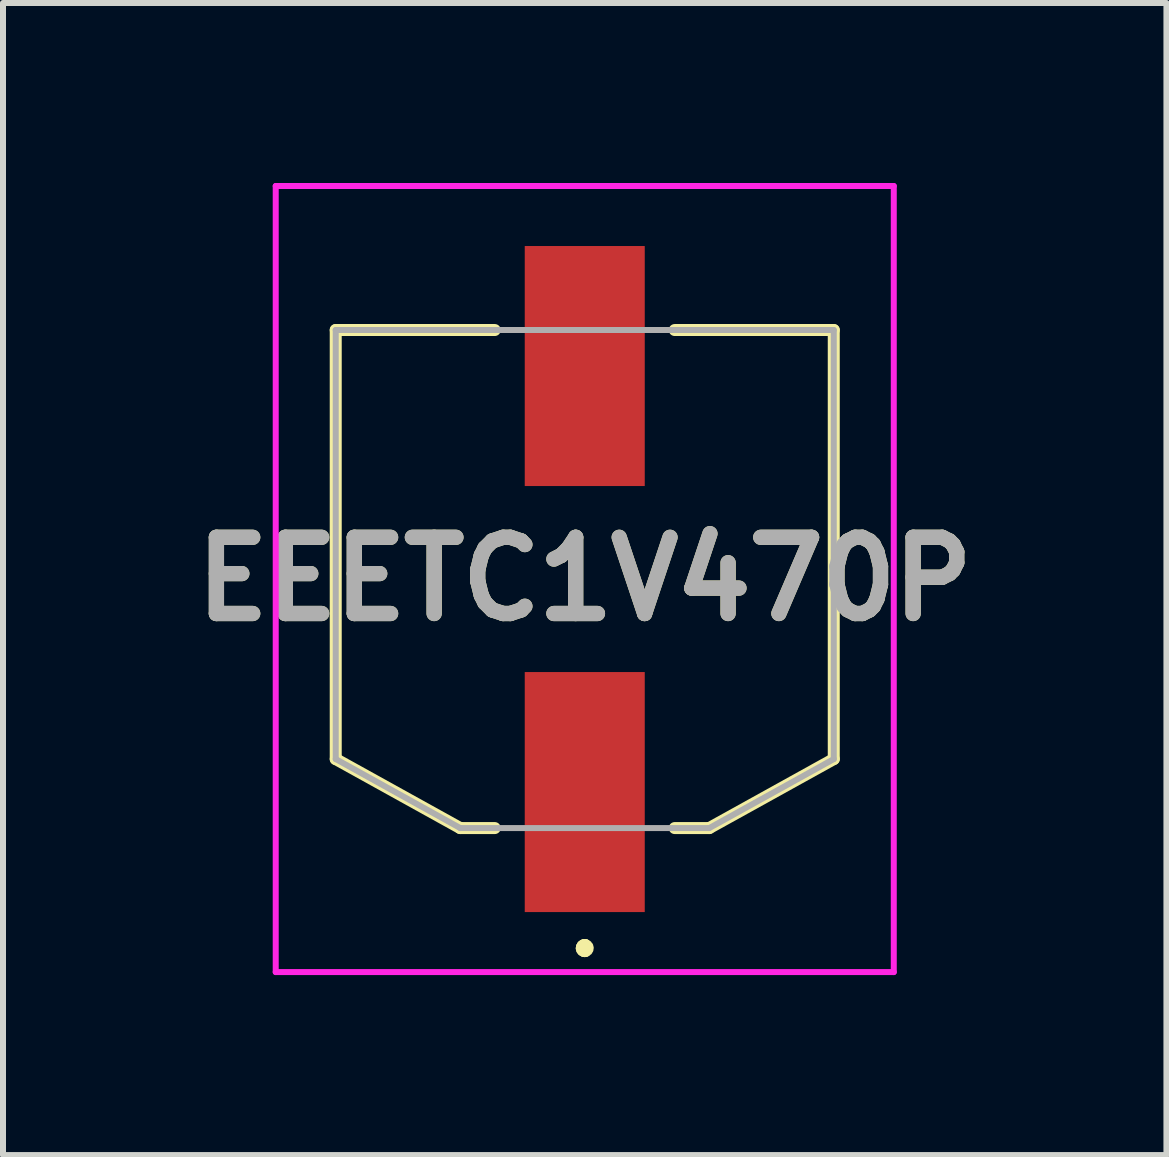
<source format=kicad_pcb>
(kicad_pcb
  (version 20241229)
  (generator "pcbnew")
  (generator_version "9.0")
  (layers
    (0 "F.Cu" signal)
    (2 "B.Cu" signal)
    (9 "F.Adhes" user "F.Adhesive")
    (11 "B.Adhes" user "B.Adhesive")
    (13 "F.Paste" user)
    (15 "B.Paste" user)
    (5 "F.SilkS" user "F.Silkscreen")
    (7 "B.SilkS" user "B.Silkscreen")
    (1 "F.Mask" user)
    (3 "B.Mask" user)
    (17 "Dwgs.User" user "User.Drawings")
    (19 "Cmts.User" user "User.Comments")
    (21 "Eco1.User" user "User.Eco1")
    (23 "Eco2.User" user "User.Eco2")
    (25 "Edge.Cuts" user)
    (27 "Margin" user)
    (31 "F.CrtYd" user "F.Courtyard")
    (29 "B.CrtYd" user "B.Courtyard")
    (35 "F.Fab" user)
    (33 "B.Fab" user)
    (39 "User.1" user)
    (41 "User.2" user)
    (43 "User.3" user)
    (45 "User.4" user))
  (footprint "EEETC1V470P"
    (layer "F.Cu")
    (at 6.695 6.6)
    (property "Reference" "EEETC1V470P" (at 0 0 0) (layer "F.SilkS") (effects (font (size 1.27 1.27) (thickness 0.254))))
    (attr smd)
    (fp_line (start -4.15 -4.15) (end -1.5 -4.15) (stroke (width 0.2) (type solid)) (layer "F.SilkS"))
    (fp_line (start -4.15 3) (end -4.15 -4.15) (stroke (width 0.2) (type solid)) (layer "F.SilkS"))
    (fp_line (start -2.075 4.15) (end -4.15 3) (stroke (width 0.2) (type solid)) (layer "F.SilkS"))
    (fp_line (start -1.5 4.15) (end -2.075 4.15) (stroke (width 0.2) (type solid)) (layer "F.SilkS"))
    (fp_line (start 0 6.1) (end 0 6.1) (stroke (width 0.2) (type solid)) (layer "F.SilkS"))
    (fp_line (start 0 6.1) (end 0 6.1) (stroke (width 0.2) (type solid)) (layer "F.SilkS"))
    (fp_line (start 0 6.2) (end 0 6.2) (stroke (width 0.2) (type solid)) (layer "F.SilkS"))
    (fp_line (start 1.5 -4.15) (end 4.15 -4.15) (stroke (width 0.2) (type solid)) (layer "F.SilkS"))
    (fp_line (start 2.075 4.15) (end 1.5 4.15) (stroke (width 0.2) (type solid)) (layer "F.SilkS"))
    (fp_line (start 4.15 -4.15) (end 4.15 3) (stroke (width 0.2) (type solid)) (layer "F.SilkS"))
    (fp_line (start 4.15 3) (end 2.075 4.15) (stroke (width 0.2) (type solid)) (layer "F.SilkS"))
    (fp_arc (start 0 6.1) (mid 0.05 6.15) (end 0 6.2) (stroke (width 0.2) (type solid)) (layer "F.SilkS"))
    (fp_arc (start 0 6.2) (mid -0.05 6.15) (end 0 6.1) (stroke (width 0.2) (type solid)) (layer "F.SilkS"))
    (fp_arc (start 0 6.2) (mid -0.05 6.15) (end 0 6.1) (stroke (width 0.2) (type solid)) (layer "F.SilkS"))
    (fp_line (start -5.15 -6.55) (end 5.15 -6.55) (stroke (width 0.1) (type solid)) (layer "F.CrtYd"))
    (fp_line (start -5.15 6.55) (end -5.15 -6.55) (stroke (width 0.1) (type solid)) (layer "F.CrtYd"))
    (fp_line (start 5.15 -6.55) (end 5.15 6.55) (stroke (width 0.1) (type solid)) (layer "F.CrtYd"))
    (fp_line (start 5.15 6.55) (end -5.15 6.55) (stroke (width 0.1) (type solid)) (layer "F.CrtYd"))
    (fp_line (start -4.15 -4.15) (end 4.15 -4.15) (stroke (width 0.1) (type solid)) (layer "F.Fab"))
    (fp_line (start -4.15 3) (end -4.15 -4.15) (stroke (width 0.1) (type solid)) (layer "F.Fab"))
    (fp_line (start -2.075 4.15) (end -4.15 3) (stroke (width 0.1) (type solid)) (layer "F.Fab"))
    (fp_line (start 2.075 4.15) (end -2.075 4.15) (stroke (width 0.1) (type solid)) (layer "F.Fab"))
    (fp_line (start 4.15 -4.15) (end 4.15 3) (stroke (width 0.1) (type solid)) (layer "F.Fab"))
    (fp_line (start 4.15 3) (end 2.075 4.15) (stroke (width 0.1) (type solid)) (layer "F.Fab"))
    (fp_text user "${REFERENCE}" (at 0 0 0) (layer "F.Fab") (effects (font (size 1.27 1.27) (thickness 0.254))))
    (pad "1" smd rect (at 0 3.55) (size 2 4) (layers "F.Cu" "F.Mask" "F.Paste"))
    (pad "2" smd rect (at 0 -3.55) (size 2 4) (layers "F.Cu" "F.Mask" "F.Paste")))
  (gr_rect
    (start -3 -3)
    (end 16.389 16.2)
    (stroke (width 0.1) (type default))
    (fill no)
    (layer "Edge.Cuts")))
</source>
